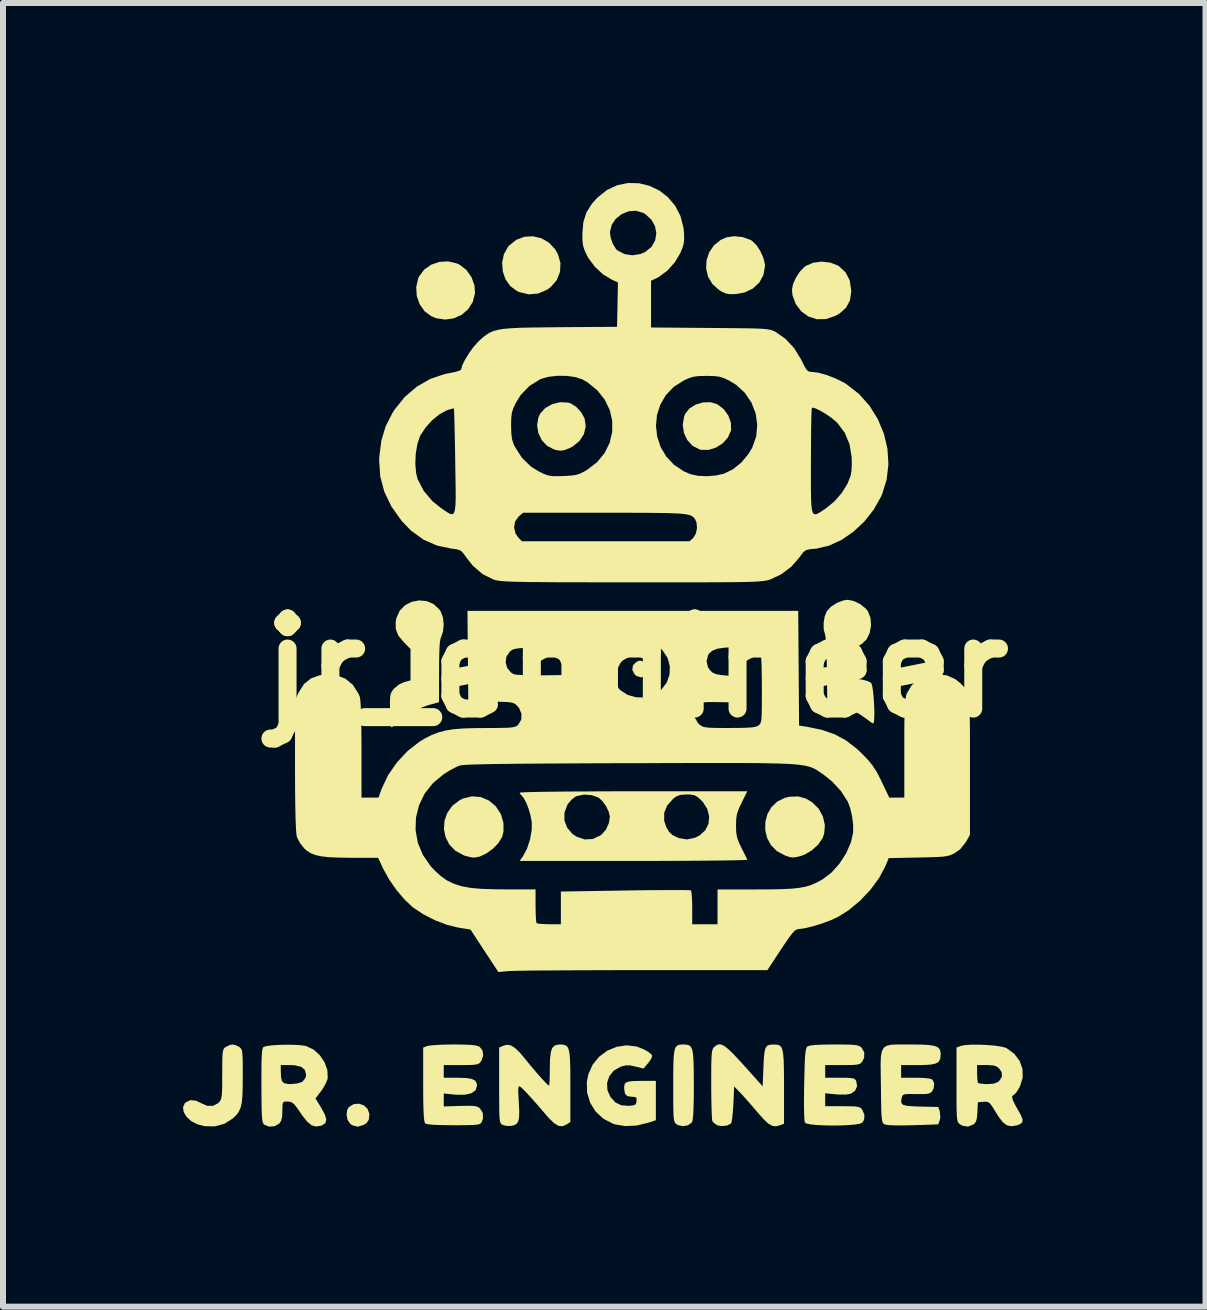
<source format=kicad_pcb>
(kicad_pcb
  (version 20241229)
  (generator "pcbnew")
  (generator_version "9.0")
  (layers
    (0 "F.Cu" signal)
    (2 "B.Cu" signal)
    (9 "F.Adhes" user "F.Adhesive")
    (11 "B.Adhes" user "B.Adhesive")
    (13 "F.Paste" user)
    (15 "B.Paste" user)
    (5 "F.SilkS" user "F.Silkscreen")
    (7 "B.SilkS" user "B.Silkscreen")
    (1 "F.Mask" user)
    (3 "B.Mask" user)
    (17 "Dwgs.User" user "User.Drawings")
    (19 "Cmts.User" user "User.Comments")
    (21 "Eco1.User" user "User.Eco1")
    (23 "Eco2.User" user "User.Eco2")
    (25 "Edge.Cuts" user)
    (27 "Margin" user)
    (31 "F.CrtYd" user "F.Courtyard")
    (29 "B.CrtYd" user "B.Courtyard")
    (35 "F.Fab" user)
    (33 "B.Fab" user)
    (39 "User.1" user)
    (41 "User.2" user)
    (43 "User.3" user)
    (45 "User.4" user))
  (footprint "jr_engineer"
    (layer "F.Cu")
    (at 7.564 8.081)
    (property "Reference" "jr_engineer" (at 0 0 0) (layer "F.SilkS") (effects (font (size 1.5 1.5) (thickness 0.3))))
    (attr board_only exclude_from_pos_files exclude_from_bom)
    (fp_poly (pts (xy 0.076 -0.118) (xy 0.13 -0.093) (xy 0.189 -0.05) (xy 0.21 0.007) (xy 0.211 0.026) (xy 0.19 0.099) (xy 0.136 0.145) (xy 0.065 0.158) (xy -0.007 0.135) (xy -0.035 0.11) (xy -0.075 0.036) (xy -0.066 -0.038) (xy -0.015 -0.093) (xy 0.034 -0.119)) (stroke (width 0) (type solid)) (fill yes) (layer "F.SilkS"))
    (fp_poly (pts (xy -4.551 7.291) (xy -4.489 7.348) (xy -4.459 7.429) (xy -4.458 7.447) (xy -4.467 7.531) (xy -4.502 7.584) (xy -4.555 7.619) (xy -4.652 7.647) (xy -4.741 7.624) (xy -4.776 7.6) (xy -4.821 7.535) (xy -4.838 7.45) (xy -4.827 7.367) (xy -4.799 7.32) (xy -4.72 7.272) (xy -4.633 7.264)) (stroke (width 0) (type solid)) (fill yes) (layer "F.SilkS"))
    (fp_poly (pts (xy 1.34 -4.394) (xy 1.445 -4.315) (xy 1.524 -4.207) (xy 1.568 -4.086) (xy 1.571 -3.966) (xy 1.569 -3.956) (xy 1.519 -3.84) (xy 1.431 -3.742) (xy 1.318 -3.67) (xy 1.193 -3.632) (xy 1.068 -3.634) (xy 1.045 -3.641) (xy 0.928 -3.701) (xy 0.84 -3.798) (xy 0.784 -3.919) (xy 0.765 -4.053) (xy 0.788 -4.189) (xy 0.805 -4.232) (xy 0.875 -4.322) (xy 0.979 -4.387) (xy 1.101 -4.424) (xy 1.227 -4.428)) (stroke (width 0) (type solid)) (fill yes) (layer "F.SilkS"))
    (fp_poly (pts (xy -3.001 -6.741) (xy -2.954 -6.719) (xy -2.84 -6.631) (xy -2.754 -6.509) (xy -2.705 -6.369) (xy -2.697 -6.245) (xy -2.735 -6.098) (xy -2.812 -5.976) (xy -2.921 -5.883) (xy -3.053 -5.825) (xy -3.197 -5.805) (xy -3.347 -5.828) (xy -3.423 -5.859) (xy -3.537 -5.943) (xy -3.62 -6.06) (xy -3.668 -6.198) (xy -3.677 -6.346) (xy -3.644 -6.491) (xy -3.629 -6.524) (xy -3.545 -6.637) (xy -3.429 -6.719) (xy -3.292 -6.766) (xy -3.145 -6.775)) (stroke (width 0) (type solid)) (fill yes) (layer "F.SilkS"))
    (fp_poly (pts (xy -1.592 -7.16) (xy -1.466 -7.088) (xy -1.363 -6.979) (xy -1.316 -6.897) (xy -1.273 -6.747) (xy -1.28 -6.6) (xy -1.334 -6.464) (xy -1.434 -6.348) (xy -1.494 -6.304) (xy -1.643 -6.239) (xy -1.8 -6.225) (xy -1.958 -6.262) (xy -1.999 -6.281) (xy -2.11 -6.363) (xy -2.19 -6.477) (xy -2.235 -6.612) (xy -2.245 -6.754) (xy -2.216 -6.893) (xy -2.147 -7.017) (xy -2.128 -7.039) (xy -2.009 -7.134) (xy -1.873 -7.185) (xy -1.731 -7.193)) (stroke (width 0) (type solid)) (fill yes) (layer "F.SilkS"))
    (fp_poly (pts (xy -1.148 -4.421) (xy -1.103 -4.408) (xy -1.013 -4.352) (xy -0.931 -4.264) (xy -0.874 -4.163) (xy -0.869 -4.15) (xy -0.852 -4.02) (xy -0.883 -3.894) (xy -0.957 -3.78) (xy -1.069 -3.689) (xy -1.12 -3.663) (xy -1.206 -3.629) (xy -1.274 -3.619) (xy -1.348 -3.631) (xy -1.382 -3.641) (xy -1.497 -3.701) (xy -1.585 -3.796) (xy -1.642 -3.915) (xy -1.662 -4.044) (xy -1.641 -4.172) (xy -1.61 -4.239) (xy -1.525 -4.331) (xy -1.409 -4.396) (xy -1.278 -4.428)) (stroke (width 0) (type solid)) (fill yes) (layer "F.SilkS"))
    (fp_poly (pts (xy -2.6 2.154) (xy -2.464 2.212) (xy -2.349 2.31) (xy -2.265 2.44) (xy -2.223 2.583) (xy -2.222 2.729) (xy -2.244 2.814) (xy -2.303 2.915) (xy -2.395 3.012) (xy -2.506 3.092) (xy -2.62 3.146) (xy -2.717 3.163) (xy -2.784 3.153) (xy -2.869 3.13) (xy -2.887 3.123) (xy -3.024 3.049) (xy -3.125 2.945) (xy -3.188 2.821) (xy -3.215 2.686) (xy -3.205 2.548) (xy -3.159 2.416) (xy -3.075 2.299) (xy -2.954 2.206) (xy -2.895 2.177) (xy -2.747 2.141)) (stroke (width 0) (type solid)) (fill yes) (layer "F.SilkS"))
    (fp_poly (pts (xy 3.226 -6.754) (xy 3.354 -6.704) (xy 3.367 -6.695) (xy 3.479 -6.592) (xy 3.548 -6.458) (xy 3.573 -6.293) (xy 3.574 -6.276) (xy 3.553 -6.126) (xy 3.489 -6.005) (xy 3.38 -5.907) (xy 3.312 -5.868) (xy 3.153 -5.813) (xy 3.001 -5.81) (xy 2.86 -5.856) (xy 2.739 -5.943) (xy 2.648 -6.065) (xy 2.595 -6.207) (xy 2.585 -6.303) (xy 2.604 -6.398) (xy 2.653 -6.506) (xy 2.722 -6.61) (xy 2.8 -6.689) (xy 2.815 -6.699) (xy 2.938 -6.752) (xy 3.081 -6.771)) (stroke (width 0) (type solid)) (fill yes) (layer "F.SilkS"))
    (fp_poly (pts (xy 1.762 -7.18) (xy 1.891 -7.134) (xy 1.914 -7.121) (xy 1.989 -7.051) (xy 2.057 -6.949) (xy 2.109 -6.834) (xy 2.135 -6.724) (xy 2.136 -6.701) (xy 2.111 -6.551) (xy 2.042 -6.422) (xy 1.934 -6.322) (xy 1.795 -6.256) (xy 1.652 -6.23) (xy 1.553 -6.228) (xy 1.483 -6.24) (xy 1.415 -6.27) (xy 1.37 -6.298) (xy 1.258 -6.398) (xy 1.187 -6.52) (xy 1.155 -6.655) (xy 1.162 -6.793) (xy 1.205 -6.924) (xy 1.284 -7.041) (xy 1.397 -7.132) (xy 1.493 -7.175) (xy 1.621 -7.194)) (stroke (width 0) (type solid)) (fill yes) (layer "F.SilkS"))
    (fp_poly (pts (xy 2.817 2.178) (xy 2.923 2.241) (xy 3.031 2.348) (xy 3.102 2.479) (xy 3.134 2.622) (xy 3.122 2.764) (xy 3.096 2.839) (xy 3.022 2.946) (xy 2.915 3.043) (xy 2.793 3.114) (xy 2.73 3.136) (xy 2.65 3.155) (xy 2.598 3.161) (xy 2.55 3.154) (xy 2.482 3.131) (xy 2.47 3.127) (xy 2.335 3.055) (xy 2.236 2.955) (xy 2.171 2.834) (xy 2.14 2.702) (xy 2.142 2.567) (xy 2.176 2.438) (xy 2.243 2.322) (xy 2.341 2.228) (xy 2.47 2.165) (xy 2.545 2.148) (xy 2.69 2.143)) (stroke (width 0) (type solid)) (fill yes) (layer "F.SilkS"))
    (fp_poly (pts (xy 0.829 6.28) (xy 0.87 6.29) (xy 0.9 6.315) (xy 0.922 6.361) (xy 0.936 6.433) (xy 0.944 6.537) (xy 0.948 6.68) (xy 0.949 6.867) (xy 0.95 6.954) (xy 0.949 7.164) (xy 0.945 7.326) (xy 0.94 7.445) (xy 0.932 7.524) (xy 0.921 7.569) (xy 0.917 7.578) (xy 0.853 7.623) (xy 0.769 7.639) (xy 0.687 7.621) (xy 0.666 7.609) (xy 0.647 7.594) (xy 0.633 7.575) (xy 0.622 7.546) (xy 0.615 7.499) (xy 0.61 7.428) (xy 0.608 7.326) (xy 0.607 7.185) (xy 0.607 7) (xy 0.607 6.964) (xy 0.607 6.756) (xy 0.609 6.595) (xy 0.615 6.475) (xy 0.625 6.39) (xy 0.641 6.333) (xy 0.666 6.3) (xy 0.699 6.283) (xy 0.743 6.278) (xy 0.776 6.277)) (stroke (width 0) (type solid)) (fill yes) (layer "F.SilkS"))
    (fp_poly (pts (xy -3.506 -1.113) (xy -3.39 -1.065) (xy -3.295 -0.978) (xy -3.27 -0.943) (xy -3.233 -0.846) (xy -3.219 -0.727) (xy -3.229 -0.61) (xy -3.257 -0.528) (xy -3.271 -0.49) (xy -3.282 -0.43) (xy -3.289 -0.34) (xy -3.293 -0.214) (xy -3.296 -0.045) (xy -3.296 0.055) (xy -3.297 0.572) (xy -3.472 0.62) (xy -3.569 0.654) (xy -3.682 0.708) (xy -3.799 0.772) (xy -3.908 0.84) (xy -3.996 0.904) (xy -4.051 0.958) (xy -4.058 0.968) (xy -4.083 0.992) (xy -4.094 0.986) (xy -4.1 0.951) (xy -4.106 0.876) (xy -4.11 0.773) (xy -4.113 0.697) (xy -4.115 0.575) (xy -4.112 0.492) (xy -4.103 0.437) (xy -4.085 0.396) (xy -4.056 0.356) (xy -4.049 0.348) (xy -3.966 0.278) (xy -3.875 0.237) (xy -3.772 0.209) (xy -3.772 -0.053) (xy -3.772 -0.315) (xy -3.886 -0.43) (xy -3.976 -0.539) (xy -4.018 -0.647) (xy -4.019 -0.769) (xy -4.006 -0.834) (xy -3.951 -0.954) (xy -3.864 -1.043) (xy -3.753 -1.1) (xy -3.63 -1.124)) (stroke (width 0) (type solid)) (fill yes) (layer "F.SilkS"))
    (fp_poly (pts (xy -6.676 6.292) (xy -6.626 6.319) (xy -6.605 6.336) (xy -6.589 6.358) (xy -6.579 6.394) (xy -6.573 6.45) (xy -6.569 6.537) (xy -6.568 6.66) (xy -6.568 6.807) (xy -6.569 6.996) (xy -6.574 7.141) (xy -6.585 7.251) (xy -6.605 7.334) (xy -6.634 7.398) (xy -6.675 7.453) (xy -6.731 7.506) (xy -6.734 7.51) (xy -6.874 7.599) (xy -7.034 7.642) (xy -7.204 7.639) (xy -7.319 7.609) (xy -7.425 7.556) (xy -7.504 7.484) (xy -7.552 7.404) (xy -7.564 7.325) (xy -7.533 7.256) (xy -7.522 7.244) (xy -7.442 7.205) (xy -7.347 7.214) (xy -7.267 7.253) (xy -7.163 7.299) (xy -7.063 7.299) (xy -6.979 7.256) (xy -6.968 7.245) (xy -6.946 7.219) (xy -6.931 7.188) (xy -6.92 7.143) (xy -6.914 7.075) (xy -6.911 6.977) (xy -6.911 6.837) (xy -6.91 6.772) (xy -6.91 6.616) (xy -6.908 6.504) (xy -6.904 6.428) (xy -6.896 6.379) (xy -6.884 6.348) (xy -6.865 6.328) (xy -6.852 6.319) (xy -6.787 6.287) (xy -6.739 6.277)) (stroke (width 0) (type solid)) (fill yes) (layer "F.SilkS"))
    (fp_poly (pts (xy 3.617 -1.114) (xy 3.723 -1.062) (xy 3.814 -0.989) (xy 3.852 -0.942) (xy 3.895 -0.83) (xy 3.903 -0.705) (xy 3.881 -0.582) (xy 3.83 -0.476) (xy 3.753 -0.401) (xy 3.74 -0.393) (xy 3.696 -0.366) (xy 3.667 -0.333) (xy 3.65 -0.284) (xy 3.643 -0.206) (xy 3.64 -0.09) (xy 3.64 -0.062) (xy 3.64 0.179) (xy 3.756 0.196) (xy 3.836 0.216) (xy 3.895 0.244) (xy 3.908 0.255) (xy 3.922 0.297) (xy 3.935 0.377) (xy 3.946 0.484) (xy 3.954 0.602) (xy 3.959 0.718) (xy 3.958 0.819) (xy 3.953 0.888) (xy 3.944 0.921) (xy 3.928 0.925) (xy 3.89 0.899) (xy 3.854 0.87) (xy 3.717 0.774) (xy 3.553 0.687) (xy 3.387 0.622) (xy 3.321 0.604) (xy 3.174 0.57) (xy 3.168 0.029) (xy 3.165 -0.137) (xy 3.16 -0.287) (xy 3.153 -0.412) (xy 3.146 -0.504) (xy 3.138 -0.553) (xy 3.137 -0.558) (xy 3.115 -0.638) (xy 3.113 -0.744) (xy 3.13 -0.853) (xy 3.164 -0.942) (xy 3.166 -0.944) (xy 3.237 -1.021) (xy 3.339 -1.085) (xy 3.451 -1.126) (xy 3.516 -1.134)) (stroke (width 0) (type solid)) (fill yes) (layer "F.SilkS"))
    (fp_poly (pts (xy -0.004 6.311) (xy 0.12 6.359) (xy 0.193 6.402) (xy 0.243 6.443) (xy 0.256 6.464) (xy 0.244 6.506) (xy 0.206 6.566) (xy 0.186 6.59) (xy 0.11 6.679) (xy -0.026 6.644) (xy -0.118 6.625) (xy -0.188 6.626) (xy -0.265 6.646) (xy -0.271 6.648) (xy -0.383 6.712) (xy -0.459 6.806) (xy -0.496 6.919) (xy -0.49 7.039) (xy -0.441 7.15) (xy -0.358 7.243) (xy -0.258 7.291) (xy -0.132 7.3) (xy -0.058 7.292) (xy -0.021 7.275) (xy -0.007 7.237) (xy -0.005 7.22) (xy -0.004 7.172) (xy -0.028 7.152) (xy -0.088 7.148) (xy -0.158 7.138) (xy -0.196 7.1) (xy -0.21 7.025) (xy -0.211 6.99) (xy -0.206 6.945) (xy -0.185 6.914) (xy -0.139 6.896) (xy -0.06 6.887) (xy 0.06 6.884) (xy 0.094 6.884) (xy 0.317 6.884) (xy 0.317 7.211) (xy 0.317 7.539) (xy 0.194 7.58) (xy -0.002 7.628) (xy -0.193 7.637) (xy -0.365 7.609) (xy -0.391 7.6) (xy -0.556 7.516) (xy -0.686 7.396) (xy -0.778 7.248) (xy -0.829 7.08) (xy -0.833 6.899) (xy -0.809 6.776) (xy -0.737 6.614) (xy -0.628 6.481) (xy -0.492 6.38) (xy -0.337 6.316) (xy -0.171 6.291)) (stroke (width 0) (type solid)) (fill yes) (layer "F.SilkS"))
    (fp_poly (pts (xy 1.408 6.278) (xy 1.459 6.303) (xy 1.524 6.354) (xy 1.607 6.434) (xy 1.713 6.547) (xy 1.848 6.696) (xy 1.886 6.738) (xy 2.097 6.974) (xy 2.11 6.651) (xy 2.117 6.504) (xy 2.128 6.402) (xy 2.145 6.336) (xy 2.172 6.299) (xy 2.214 6.282) (xy 2.274 6.278) (xy 2.284 6.278) (xy 2.334 6.28) (xy 2.374 6.29) (xy 2.403 6.314) (xy 2.424 6.359) (xy 2.438 6.429) (xy 2.447 6.531) (xy 2.451 6.67) (xy 2.453 6.853) (xy 2.453 6.986) (xy 2.453 7.598) (xy 2.381 7.625) (xy 2.317 7.641) (xy 2.257 7.633) (xy 2.193 7.597) (xy 2.117 7.527) (xy 2.021 7.419) (xy 2.009 7.405) (xy 1.92 7.301) (xy 1.832 7.201) (xy 1.757 7.117) (xy 1.724 7.082) (xy 1.622 6.976) (xy 1.609 7.272) (xy 1.601 7.393) (xy 1.591 7.495) (xy 1.579 7.567) (xy 1.569 7.594) (xy 1.508 7.626) (xy 1.426 7.637) (xy 1.35 7.627) (xy 1.332 7.619) (xy 1.282 7.582) (xy 1.26 7.559) (xy 1.254 7.525) (xy 1.249 7.447) (xy 1.245 7.332) (xy 1.242 7.188) (xy 1.24 7.023) (xy 1.24 6.948) (xy 1.24 6.756) (xy 1.241 6.611) (xy 1.244 6.504) (xy 1.249 6.429) (xy 1.257 6.379) (xy 1.267 6.348) (xy 1.282 6.327) (xy 1.288 6.321) (xy 1.327 6.29) (xy 1.366 6.274)) (stroke (width 0) (type solid)) (fill yes) (layer "F.SilkS"))
    (fp_poly (pts (xy -2.892 6.279) (xy -2.777 6.283) (xy -2.698 6.291) (xy -2.646 6.304) (xy -2.617 6.319) (xy -2.57 6.381) (xy -2.561 6.464) (xy -2.592 6.551) (xy -2.6 6.562) (xy -2.621 6.588) (xy -2.651 6.604) (xy -2.698 6.614) (xy -2.773 6.619) (xy -2.888 6.62) (xy -2.929 6.62) (xy -3.218 6.62) (xy -3.218 6.726) (xy -3.218 6.831) (xy -2.982 6.831) (xy -2.843 6.836) (xy -2.749 6.852) (xy -2.692 6.882) (xy -2.667 6.929) (xy -2.664 6.963) (xy -2.687 7.039) (xy -2.755 7.089) (xy -2.867 7.115) (xy -3.021 7.114) (xy -3.049 7.111) (xy -3.218 7.094) (xy -3.218 7.202) (xy -3.218 7.31) (xy -2.944 7.301) (xy -2.817 7.299) (xy -2.731 7.301) (xy -2.675 7.309) (xy -2.637 7.325) (xy -2.614 7.343) (xy -2.567 7.418) (xy -2.564 7.51) (xy -2.586 7.572) (xy -2.599 7.59) (xy -2.622 7.604) (xy -2.662 7.613) (xy -2.726 7.619) (xy -2.823 7.621) (xy -2.961 7.623) (xy -3.055 7.623) (xy -3.243 7.621) (xy -3.381 7.616) (xy -3.472 7.608) (xy -3.522 7.596) (xy -3.529 7.591) (xy -3.54 7.562) (xy -3.549 7.497) (xy -3.555 7.393) (xy -3.559 7.246) (xy -3.561 7.052) (xy -3.561 6.944) (xy -3.561 6.329) (xy -3.493 6.303) (xy -3.443 6.294) (xy -3.351 6.286) (xy -3.231 6.28) (xy -3.092 6.278) (xy -3.051 6.277)) (stroke (width 0) (type solid)) (fill yes) (layer "F.SilkS"))
    (fp_poly (pts (xy -1.229 6.28) (xy -1.189 6.29) (xy -1.158 6.314) (xy -1.137 6.358) (xy -1.122 6.428) (xy -1.114 6.53) (xy -1.109 6.67) (xy -1.108 6.853) (xy -1.108 6.971) (xy -1.108 7.569) (xy -1.174 7.612) (xy -1.24 7.64) (xy -1.306 7.633) (xy -1.38 7.588) (xy -1.469 7.501) (xy -1.507 7.458) (xy -1.655 7.285) (xy -1.775 7.15) (xy -1.866 7.052) (xy -1.926 6.994) (xy -1.946 6.98) (xy -1.963 6.975) (xy -1.973 6.991) (xy -1.977 7.036) (xy -1.974 7.117) (xy -1.967 7.243) (xy -1.96 7.391) (xy -1.963 7.495) (xy -1.978 7.563) (xy -2.009 7.604) (xy -2.058 7.627) (xy -2.097 7.635) (xy -2.175 7.634) (xy -2.235 7.618) (xy -2.254 7.607) (xy -2.268 7.593) (xy -2.279 7.567) (xy -2.286 7.524) (xy -2.291 7.457) (xy -2.293 7.36) (xy -2.294 7.226) (xy -2.295 7.048) (xy -2.295 6.959) (xy -2.295 6.329) (xy -2.231 6.3) (xy -2.164 6.281) (xy -2.1 6.292) (xy -2.029 6.336) (xy -1.946 6.417) (xy -1.864 6.515) (xy -1.767 6.634) (xy -1.674 6.744) (xy -1.59 6.839) (xy -1.523 6.911) (xy -1.478 6.954) (xy -1.463 6.963) (xy -1.458 6.939) (xy -1.454 6.872) (xy -1.451 6.774) (xy -1.451 6.679) (xy -1.447 6.522) (xy -1.435 6.411) (xy -1.412 6.338) (xy -1.373 6.297) (xy -1.317 6.279) (xy -1.282 6.277)) (stroke (width 0) (type solid)) (fill yes) (layer "F.SilkS"))
    (fp_poly (pts (xy 4.459 6.277) (xy 4.56 6.277) (xy 4.736 6.279) (xy 4.867 6.286) (xy 4.958 6.3) (xy 5.016 6.324) (xy 5.049 6.359) (xy 5.062 6.408) (xy 5.064 6.446) (xy 5.057 6.516) (xy 5.032 6.564) (xy 4.98 6.595) (xy 4.894 6.613) (xy 4.767 6.62) (xy 4.686 6.62) (xy 4.405 6.62) (xy 4.405 6.726) (xy 4.405 6.831) (xy 4.65 6.831) (xy 4.785 6.835) (xy 4.879 6.845) (xy 4.926 6.862) (xy 4.927 6.863) (xy 4.956 6.925) (xy 4.948 7.004) (xy 4.921 7.057) (xy 4.896 7.082) (xy 4.858 7.097) (xy 4.796 7.104) (xy 4.696 7.104) (xy 4.657 7.104) (xy 4.548 7.102) (xy 4.48 7.105) (xy 4.442 7.115) (xy 4.424 7.135) (xy 4.415 7.163) (xy 4.405 7.22) (xy 4.412 7.259) (xy 4.443 7.285) (xy 4.507 7.3) (xy 4.611 7.308) (xy 4.726 7.312) (xy 5.023 7.319) (xy 5.049 7.392) (xy 5.059 7.496) (xy 5.049 7.537) (xy 5.023 7.609) (xy 4.604 7.623) (xy 4.426 7.626) (xy 4.284 7.625) (xy 4.184 7.62) (xy 4.131 7.609) (xy 4.129 7.609) (xy 4.112 7.598) (xy 4.099 7.58) (xy 4.089 7.549) (xy 4.082 7.499) (xy 4.076 7.422) (xy 4.073 7.311) (xy 4.07 7.161) (xy 4.068 6.976) (xy 4.065 6.765) (xy 4.063 6.602) (xy 4.068 6.479) (xy 4.084 6.392) (xy 4.113 6.334) (xy 4.162 6.299) (xy 4.233 6.282) (xy 4.331 6.277)) (stroke (width 0) (type solid)) (fill yes) (layer "F.SilkS"))
    (fp_poly (pts (xy 3.445 6.278) (xy 3.557 6.28) (xy 3.634 6.285) (xy 3.684 6.294) (xy 3.718 6.308) (xy 3.743 6.328) (xy 3.745 6.33) (xy 3.791 6.409) (xy 3.788 6.499) (xy 3.757 6.562) (xy 3.735 6.588) (xy 3.706 6.604) (xy 3.659 6.614) (xy 3.583 6.619) (xy 3.468 6.62) (xy 3.427 6.62) (xy 3.139 6.62) (xy 3.139 6.726) (xy 3.139 6.831) (xy 3.385 6.831) (xy 3.501 6.832) (xy 3.576 6.837) (xy 3.619 6.847) (xy 3.644 6.865) (xy 3.658 6.891) (xy 3.671 6.974) (xy 3.638 7.048) (xy 3.568 7.097) (xy 3.494 7.111) (xy 3.386 7.112) (xy 3.317 7.108) (xy 3.139 7.09) (xy 3.139 7.198) (xy 3.139 7.306) (xy 3.427 7.306) (xy 3.555 7.307) (xy 3.641 7.31) (xy 3.695 7.319) (xy 3.728 7.333) (xy 3.751 7.356) (xy 3.757 7.365) (xy 3.794 7.451) (xy 3.787 7.534) (xy 3.757 7.581) (xy 3.713 7.599) (xy 3.63 7.612) (xy 3.517 7.621) (xy 3.386 7.627) (xy 3.246 7.628) (xy 3.109 7.625) (xy 2.985 7.618) (xy 2.885 7.607) (xy 2.82 7.592) (xy 2.801 7.579) (xy 2.794 7.54) (xy 2.789 7.456) (xy 2.786 7.334) (xy 2.786 7.18) (xy 2.788 7.004) (xy 2.789 6.94) (xy 2.794 6.743) (xy 2.798 6.592) (xy 2.804 6.481) (xy 2.811 6.403) (xy 2.821 6.353) (xy 2.832 6.323) (xy 2.843 6.31) (xy 2.883 6.296) (xy 2.964 6.286) (xy 3.089 6.28) (xy 3.262 6.277) (xy 3.289 6.277)) (stroke (width 0) (type solid)) (fill yes) (layer "F.SilkS"))
    (fp_poly (pts (xy 5.839 6.286) (xy 5.969 6.297) (xy 6.077 6.313) (xy 6.15 6.332) (xy 6.159 6.336) (xy 6.29 6.432) (xy 6.381 6.552) (xy 6.428 6.689) (xy 6.43 6.834) (xy 6.384 6.979) (xy 6.369 7.007) (xy 6.326 7.073) (xy 6.29 7.114) (xy 6.276 7.121) (xy 6.253 7.141) (xy 6.264 7.199) (xy 6.312 7.297) (xy 6.343 7.351) (xy 6.402 7.456) (xy 6.429 7.527) (xy 6.424 7.574) (xy 6.387 7.605) (xy 6.337 7.624) (xy 6.247 7.64) (xy 6.172 7.626) (xy 6.103 7.577) (xy 6.032 7.486) (xy 5.986 7.412) (xy 5.93 7.32) (xy 5.89 7.265) (xy 5.857 7.238) (xy 5.82 7.23) (xy 5.779 7.232) (xy 5.684 7.24) (xy 5.676 7.404) (xy 5.668 7.502) (xy 5.652 7.562) (xy 5.623 7.6) (xy 5.611 7.609) (xy 5.519 7.646) (xy 5.426 7.631) (xy 5.387 7.608) (xy 5.368 7.593) (xy 5.354 7.575) (xy 5.343 7.546) (xy 5.336 7.499) (xy 5.332 7.428) (xy 5.329 7.327) (xy 5.328 7.187) (xy 5.328 7.004) (xy 5.328 6.948) (xy 5.328 6.62) (xy 5.671 6.62) (xy 5.671 6.761) (xy 5.674 6.843) (xy 5.682 6.902) (xy 5.688 6.919) (xy 5.723 6.929) (xy 5.792 6.936) (xy 5.847 6.937) (xy 5.946 6.93) (xy 6.011 6.907) (xy 6.04 6.884) (xy 6.086 6.812) (xy 6.08 6.738) (xy 6.039 6.678) (xy 5.996 6.644) (xy 5.939 6.626) (xy 5.849 6.62) (xy 5.828 6.62) (xy 5.671 6.62) (xy 5.328 6.62) (xy 5.328 6.329) (xy 5.4 6.301) (xy 5.469 6.287) (xy 5.575 6.28) (xy 5.703 6.28)) (stroke (width 0) (type solid)) (fill yes) (layer "F.SilkS"))
    (fp_poly (pts (xy -5.744 6.282) (xy -5.629 6.287) (xy -5.537 6.298) (xy -5.51 6.304) (xy -5.389 6.361) (xy -5.285 6.455) (xy -5.205 6.573) (xy -5.158 6.702) (xy -5.152 6.832) (xy -5.156 6.856) (xy -5.183 6.924) (xy -5.231 7.009) (xy -5.265 7.058) (xy -5.356 7.177) (xy -5.261 7.331) (xy -5.199 7.446) (xy -5.176 7.529) (xy -5.191 7.587) (xy -5.246 7.625) (xy -5.269 7.632) (xy -5.35 7.644) (xy -5.421 7.623) (xy -5.492 7.566) (xy -5.571 7.467) (xy -5.594 7.433) (xy -5.661 7.337) (xy -5.708 7.276) (xy -5.748 7.244) (xy -5.788 7.23) (xy -5.836 7.227) (xy -5.876 7.23) (xy -5.898 7.246) (xy -5.906 7.288) (xy -5.908 7.368) (xy -5.908 7.385) (xy -5.913 7.487) (xy -5.93 7.552) (xy -5.961 7.596) (xy -6.037 7.639) (xy -6.129 7.646) (xy -6.208 7.615) (xy -6.223 7.6) (xy -6.234 7.574) (xy -6.243 7.532) (xy -6.249 7.466) (xy -6.253 7.37) (xy -6.255 7.238) (xy -6.257 7.062) (xy -6.257 6.968) (xy -6.257 6.754) (xy -6.256 6.62) (xy -5.935 6.62) (xy -5.934 6.719) (xy -5.93 6.826) (xy -5.913 6.891) (xy -5.876 6.924) (xy -5.81 6.936) (xy -5.766 6.937) (xy -5.664 6.928) (xy -5.586 6.904) (xy -5.571 6.896) (xy -5.521 6.831) (xy -5.513 6.779) (xy -5.533 6.701) (xy -5.594 6.65) (xy -5.7 6.624) (xy -5.782 6.62) (xy -5.935 6.62) (xy -6.256 6.62) (xy -6.256 6.588) (xy -6.251 6.466) (xy -6.245 6.384) (xy -6.235 6.337) (xy -6.228 6.323) (xy -6.186 6.306) (xy -6.103 6.294) (xy -5.994 6.285) (xy -5.87 6.281)) (stroke (width 0) (type solid)) (fill yes) (layer "F.SilkS"))
    (fp_poly (pts (xy 1.747 2.246) (xy 1.697 2.353) (xy 1.668 2.438) (xy 1.656 2.525) (xy 1.653 2.626) (xy 1.656 2.739) (xy 1.671 2.827) (xy 1.704 2.916) (xy 1.743 2.999) (xy 1.787 3.087) (xy 1.822 3.157) (xy 1.841 3.196) (xy 1.842 3.198) (xy 1.818 3.201) (xy 1.745 3.204) (xy 1.628 3.207) (xy 1.47 3.21) (xy 1.276 3.212) (xy 1.05 3.214) (xy 0.796 3.216) (xy 0.518 3.217) (xy 0.221 3.218) (xy -0.051 3.218) (xy -1.953 3.218) (xy -1.901 3.145) (xy -1.832 3.017) (xy -1.78 2.861) (xy -1.752 2.7) (xy -1.751 2.577) (xy -1.757 2.543) (xy -1.207 2.543) (xy -1.161 2.664) (xy -1.074 2.767) (xy -1 2.816) (xy -0.866 2.86) (xy -0.734 2.852) (xy -0.605 2.792) (xy -0.588 2.779) (xy -0.516 2.698) (xy -0.466 2.589) (xy -0.449 2.479) (xy -0.464 2.417) (xy 0.456 2.417) (xy 0.456 2.55) (xy 0.49 2.652) (xy 0.537 2.733) (xy 0.593 2.786) (xy 0.678 2.828) (xy 0.705 2.838) (xy 0.836 2.86) (xy 0.967 2.832) (xy 1.046 2.793) (xy 1.14 2.708) (xy 1.194 2.599) (xy 1.206 2.478) (xy 1.175 2.354) (xy 1.102 2.237) (xy 1.08 2.214) (xy 1.014 2.153) (xy 0.959 2.122) (xy 0.891 2.111) (xy 0.833 2.11) (xy 0.735 2.116) (xy 0.666 2.138) (xy 0.608 2.179) (xy 0.507 2.292) (xy 0.456 2.417) (xy -0.464 2.417) (xy -0.468 2.398) (xy -0.515 2.303) (xy -0.577 2.217) (xy -0.638 2.163) (xy -0.749 2.122) (xy -0.878 2.112) (xy -0.998 2.136) (xy -1.027 2.149) (xy -1.089 2.197) (xy -1.148 2.268) (xy -1.157 2.282) (xy -1.206 2.412) (xy -1.207 2.543) (xy -1.757 2.543) (xy -1.771 2.463) (xy -1.805 2.345) (xy -1.847 2.239) (xy -1.892 2.16) (xy -1.915 2.134) (xy -1.947 2.097) (xy -1.952 2.08) (xy -1.926 2.077) (xy -1.851 2.073) (xy -1.732 2.069) (xy -1.571 2.066) (xy -1.372 2.064) (xy -1.14 2.061) (xy -0.879 2.06) (xy -0.591 2.058) (xy -0.281 2.057) (xy -0.056 2.057) (xy 1.841 2.057)) (stroke (width 0) (type solid)) (fill yes) (layer "F.SilkS"))
    (fp_poly (pts (xy 0.035 -8.077) (xy 0.21 -8.034) (xy 0.374 -7.956) (xy 0.519 -7.844) (xy 0.639 -7.701) (xy 0.727 -7.531) (xy 0.778 -7.334) (xy 0.785 -7.264) (xy 0.789 -7.153) (xy 0.781 -7.069) (xy 0.755 -6.986) (xy 0.725 -6.914) (xy 0.633 -6.759) (xy 0.51 -6.622) (xy 0.37 -6.518) (xy 0.33 -6.496) (xy 0.237 -6.452) (xy 0.237 -6.063) (xy 0.237 -5.673) (xy 1.22 -5.665) (xy 1.474 -5.663) (xy 1.68 -5.661) (xy 1.845 -5.659) (xy 1.974 -5.656) (xy 2.072 -5.652) (xy 2.146 -5.646) (xy 2.2 -5.639) (xy 2.241 -5.63) (xy 2.273 -5.618) (xy 2.304 -5.604) (xy 2.317 -5.596) (xy 2.479 -5.482) (xy 2.623 -5.327) (xy 2.738 -5.14) (xy 2.748 -5.12) (xy 2.794 -5.026) (xy 2.828 -4.97) (xy 2.859 -4.942) (xy 2.897 -4.933) (xy 2.918 -4.933) (xy 3.031 -4.918) (xy 3.17 -4.879) (xy 3.316 -4.822) (xy 3.452 -4.754) (xy 3.497 -4.726) (xy 3.706 -4.562) (xy 3.88 -4.365) (xy 4.018 -4.143) (xy 4.118 -3.902) (xy 4.177 -3.65) (xy 4.193 -3.393) (xy 4.164 -3.139) (xy 4.088 -2.894) (xy 4.069 -2.851) (xy 3.945 -2.633) (xy 3.789 -2.436) (xy 3.609 -2.268) (xy 3.413 -2.133) (xy 3.207 -2.038) (xy 3 -1.988) (xy 2.966 -1.985) (xy 2.874 -1.976) (xy 2.816 -1.96) (xy 2.774 -1.927) (xy 2.729 -1.868) (xy 2.712 -1.843) (xy 2.576 -1.687) (xy 2.406 -1.559) (xy 2.231 -1.476) (xy 2.204 -1.467) (xy 2.173 -1.458) (xy 2.137 -1.452) (xy 2.092 -1.446) (xy 2.033 -1.441) (xy 1.958 -1.436) (xy 1.863 -1.433) (xy 1.744 -1.43) (xy 1.597 -1.428) (xy 1.42 -1.427) (xy 1.208 -1.426) (xy 0.958 -1.425) (xy 0.666 -1.425) (xy 0.328 -1.425) (xy -0.058 -1.425) (xy -0.085 -1.425) (xy -0.476 -1.425) (xy -0.818 -1.426) (xy -1.115 -1.426) (xy -1.369 -1.427) (xy -1.585 -1.429) (xy -1.766 -1.43) (xy -1.915 -1.433) (xy -2.036 -1.435) (xy -2.134 -1.439) (xy -2.21 -1.443) (xy -2.269 -1.448) (xy -2.315 -1.454) (xy -2.35 -1.461) (xy -2.379 -1.469) (xy -2.39 -1.472) (xy -2.572 -1.563) (xy -2.733 -1.702) (xy -2.834 -1.829) (xy -2.889 -1.906) (xy -2.932 -1.95) (xy -2.982 -1.972) (xy -3.055 -1.984) (xy -3.085 -1.987) (xy -3.331 -2.038) (xy -3.558 -2.138) (xy -3.763 -2.287) (xy -3.815 -2.34) (xy -2.046 -2.34) (xy -2.022 -2.24) (xy -1.98 -2.178) (xy -1.916 -2.11) (xy -0.518 -2.11) (xy 0.88 -2.11) (xy 0.941 -2.167) (xy 0.984 -2.238) (xy 1.003 -2.332) (xy 0.994 -2.425) (xy 0.968 -2.482) (xy 0.95 -2.504) (xy 0.929 -2.523) (xy 0.9 -2.539) (xy 0.86 -2.552) (xy 0.804 -2.562) (xy 0.728 -2.57) (xy 0.627 -2.575) (xy 0.497 -2.58) (xy 0.334 -2.582) (xy 0.133 -2.584) (xy -0.11 -2.585) (xy -0.4 -2.585) (xy -0.538 -2.585) (xy -1.896 -2.585) (xy -1.97 -2.522) (xy -2.029 -2.439) (xy -2.046 -2.34) (xy -3.815 -2.34) (xy -3.921 -2.451) (xy -4.09 -2.689) (xy -4.208 -2.933) (xy -4.276 -3.187) (xy -4.291 -3.403) (xy -3.692 -3.403) (xy -3.679 -3.248) (xy -3.653 -3.144) (xy -3.553 -2.951) (xy -3.409 -2.78) (xy -3.266 -2.665) (xy -3.199 -2.619) (xy -3.145 -2.584) (xy -3.102 -2.563) (xy -3.07 -2.561) (xy -3.047 -2.583) (xy -3.032 -2.631) (xy -3.023 -2.712) (xy -3.019 -2.827) (xy -3.02 -2.983) (xy -3.023 -3.184) (xy -3.023 -3.188) (xy 2.901 -3.188) (xy 2.901 -2.986) (xy 2.904 -2.829) (xy 2.909 -2.712) (xy 2.919 -2.631) (xy 2.936 -2.581) (xy 2.959 -2.56) (xy 2.992 -2.561) (xy 3.036 -2.582) (xy 3.091 -2.618) (xy 3.159 -2.664) (xy 3.161 -2.665) (xy 3.295 -2.776) (xy 3.415 -2.915) (xy 3.51 -3.067) (xy 3.563 -3.201) (xy 3.577 -3.283) (xy 3.583 -3.394) (xy 3.581 -3.508) (xy 3.545 -3.727) (xy 3.465 -3.919) (xy 3.342 -4.082) (xy 3.312 -4.11) (xy 3.236 -4.172) (xy 3.149 -4.232) (xy 3.061 -4.284) (xy 2.985 -4.321) (xy 2.933 -4.337) (xy 2.918 -4.333) (xy 2.914 -4.304) (xy 2.91 -4.228) (xy 2.907 -4.112) (xy 2.905 -3.962) (xy 2.903 -3.784) (xy 2.902 -3.585) (xy 2.901 -3.438) (xy 2.901 -3.188) (xy -3.023 -3.188) (xy -3.027 -3.432) (xy -3.027 -3.435) (xy -3.03 -3.645) (xy -3.034 -3.837) (xy -3.038 -4.006) (xy -3.039 -4.054) (xy -2.096 -4.054) (xy -2.096 -4.036) (xy -2.092 -3.907) (xy -2.08 -3.812) (xy -2.055 -3.732) (xy -2.035 -3.689) (xy -1.916 -3.502) (xy -1.764 -3.354) (xy -1.628 -3.27) (xy -1.546 -3.231) (xy -1.479 -3.207) (xy -1.411 -3.196) (xy -1.323 -3.194) (xy -1.224 -3.197) (xy -1.103 -3.204) (xy -1.018 -3.215) (xy -0.949 -3.236) (xy -0.879 -3.271) (xy -0.832 -3.298) (xy -0.663 -3.427) (xy -0.537 -3.58) (xy -0.453 -3.75) (xy -0.411 -3.93) (xy -0.41 -4.034) (xy 0.319 -4.034) (xy 0.339 -3.855) (xy 0.396 -3.682) (xy 0.489 -3.524) (xy 0.618 -3.386) (xy 0.782 -3.276) (xy 0.894 -3.228) (xy 1.017 -3.201) (xy 1.167 -3.194) (xy 1.321 -3.207) (xy 1.45 -3.236) (xy 1.603 -3.31) (xy 1.746 -3.426) (xy 1.867 -3.574) (xy 1.924 -3.672) (xy 1.99 -3.859) (xy 2.007 -4.051) (xy 1.98 -4.242) (xy 1.91 -4.422) (xy 1.8 -4.584) (xy 1.654 -4.718) (xy 1.539 -4.788) (xy 1.453 -4.828) (xy 1.378 -4.852) (xy 1.293 -4.863) (xy 1.178 -4.866) (xy 1.161 -4.866) (xy 1.039 -4.864) (xy 0.949 -4.853) (xy 0.871 -4.83) (xy 0.786 -4.792) (xy 0.615 -4.683) (xy 0.483 -4.545) (xy 0.391 -4.386) (xy 0.336 -4.214) (xy 0.319 -4.034) (xy -0.41 -4.034) (xy -0.41 -4.115) (xy -0.451 -4.296) (xy -0.534 -4.468) (xy -0.657 -4.624) (xy -0.82 -4.757) (xy -0.904 -4.806) (xy -1.019 -4.845) (xy -1.164 -4.866) (xy -1.322 -4.868) (xy -1.473 -4.851) (xy -1.6 -4.815) (xy -1.612 -4.81) (xy -1.788 -4.7) (xy -1.934 -4.55) (xy -2.019 -4.413) (xy -2.059 -4.328) (xy -2.082 -4.253) (xy -2.093 -4.168) (xy -2.096 -4.054) (xy -3.039 -4.054) (xy -3.041 -4.145) (xy -3.045 -4.248) (xy -3.047 -4.309) (xy -3.049 -4.323) (xy -3.077 -4.32) (xy -3.137 -4.302) (xy -3.179 -4.287) (xy -3.294 -4.223) (xy -3.413 -4.125) (xy -3.521 -4.005) (xy -3.604 -3.879) (xy -3.614 -3.861) (xy -3.658 -3.729) (xy -3.685 -3.57) (xy -3.692 -3.403) (xy -4.291 -3.403) (xy -4.295 -3.455) (xy -4.292 -3.521) (xy -4.258 -3.788) (xy -4.186 -4.027) (xy -4.071 -4.252) (xy -4.037 -4.305) (xy -3.868 -4.515) (xy -3.668 -4.686) (xy -3.443 -4.815) (xy -3.2 -4.898) (xy -3.11 -4.915) (xy -3.02 -4.933) (xy -2.955 -4.954) (xy -2.928 -4.972) (xy -2.928 -4.973) (xy -2.911 -5.039) (xy -2.867 -5.13) (xy -2.804 -5.234) (xy -2.73 -5.338) (xy -2.653 -5.427) (xy -2.621 -5.458) (xy -2.563 -5.51) (xy -2.509 -5.552) (xy -2.454 -5.586) (xy -2.39 -5.613) (xy -2.314 -5.634) (xy -2.219 -5.65) (xy -2.099 -5.66) (xy -1.949 -5.668) (xy -1.763 -5.672) (xy -1.536 -5.675) (xy -1.265 -5.678) (xy -0.33 -5.684) (xy -0.322 -6.054) (xy -0.315 -6.425) (xy -0.418 -6.47) (xy -0.564 -6.559) (xy -0.7 -6.685) (xy -0.809 -6.833) (xy -0.832 -6.875) (xy -0.873 -6.964) (xy -0.897 -7.041) (xy -0.907 -7.129) (xy -0.908 -7.24) (xy -0.907 -7.252) (xy -0.448 -7.252) (xy -0.434 -7.161) (xy -0.398 -7.064) (xy -0.349 -6.984) (xy -0.328 -6.961) (xy -0.212 -6.898) (xy -0.078 -6.876) (xy 0.06 -6.897) (xy 0.142 -6.933) (xy 0.245 -7.017) (xy 0.305 -7.123) (xy 0.325 -7.24) (xy 0.304 -7.359) (xy 0.243 -7.469) (xy 0.143 -7.561) (xy 0.1 -7.586) (xy -0.017 -7.619) (xy -0.139 -7.609) (xy -0.253 -7.562) (xy -0.351 -7.484) (xy -0.419 -7.383) (xy -0.448 -7.265) (xy -0.448 -7.252) (xy -0.907 -7.252) (xy -0.891 -7.431) (xy -0.839 -7.592) (xy -0.746 -7.739) (xy -0.659 -7.836) (xy -0.5 -7.963) (xy -0.327 -8.044) (xy -0.146 -8.081)) (stroke (width 0) (type solid)) (fill yes) (layer "F.SilkS"))
    (fp_poly (pts (xy 2.697 0.006) (xy 2.704 0.962) (xy 2.835 0.982) (xy 3.086 1.034) (xy 3.3 1.108) (xy 3.489 1.211) (xy 3.667 1.349) (xy 3.75 1.428) (xy 3.853 1.534) (xy 3.93 1.629) (xy 3.995 1.729) (xy 4.061 1.856) (xy 4.08 1.896) (xy 4.207 2.162) (xy 4.332 2.162) (xy 4.458 2.163) (xy 4.458 1.344) (xy 4.458 1.106) (xy 4.459 0.914) (xy 4.462 0.763) (xy 4.466 0.647) (xy 4.472 0.561) (xy 4.48 0.498) (xy 4.49 0.453) (xy 4.498 0.428) (xy 4.584 0.286) (xy 4.703 0.183) (xy 4.852 0.122) (xy 4.994 0.106) (xy 5.165 0.125) (xy 5.307 0.187) (xy 5.391 0.255) (xy 5.428 0.292) (xy 5.46 0.326) (xy 5.485 0.362) (xy 5.506 0.404) (xy 5.521 0.458) (xy 5.533 0.529) (xy 5.541 0.621) (xy 5.547 0.74) (xy 5.55 0.891) (xy 5.552 1.079) (xy 5.552 1.308) (xy 5.552 1.585) (xy 5.552 1.635) (xy 5.552 2.783) (xy 5.486 2.901) (xy 5.388 3.024) (xy 5.301 3.085) (xy 5.257 3.109) (xy 5.213 3.126) (xy 5.161 3.138) (xy 5.093 3.147) (xy 4.998 3.153) (xy 4.869 3.157) (xy 4.696 3.161) (xy 4.691 3.161) (xy 4.198 3.171) (xy 4.144 3.303) (xy 4.039 3.501) (xy 3.894 3.698) (xy 3.72 3.882) (xy 3.528 4.041) (xy 3.349 4.153) (xy 3.228 4.208) (xy 3.086 4.261) (xy 2.939 4.306) (xy 2.804 4.339) (xy 2.698 4.354) (xy 2.693 4.354) (xy 2.662 4.361) (xy 2.628 4.384) (xy 2.586 4.43) (xy 2.53 4.505) (xy 2.455 4.614) (xy 2.4 4.697) (xy 2.176 5.038) (xy 0.106 5.038) (xy -0.225 5.038) (xy -0.543 5.039) (xy -0.846 5.04) (xy -1.127 5.041) (xy -1.383 5.043) (xy -1.61 5.044) (xy -1.802 5.046) (xy -1.956 5.048) (xy -2.067 5.051) (xy -2.13 5.053) (xy -2.136 5.054) (xy -2.308 5.069) (xy -2.541 4.715) (xy -2.773 4.361) (xy -2.972 4.33) (xy -3.161 4.284) (xy -3.363 4.207) (xy -3.559 4.107) (xy -3.728 3.995) (xy -3.738 3.987) (xy -3.871 3.862) (xy -4.006 3.703) (xy -4.129 3.526) (xy -4.227 3.348) (xy -4.229 3.344) (xy -4.312 3.166) (xy -4.74 3.166) (xy -4.954 3.163) (xy -5.123 3.156) (xy -5.255 3.142) (xy -5.357 3.12) (xy -5.437 3.088) (xy -5.502 3.046) (xy -5.543 3.009) (xy -5.607 2.93) (xy -5.656 2.842) (xy -5.668 2.808) (xy -5.676 2.749) (xy -5.679 2.706) (xy -3.688 2.706) (xy -3.65 2.916) (xy -3.566 3.118) (xy -3.437 3.305) (xy -3.372 3.375) (xy -3.268 3.469) (xy -3.164 3.543) (xy -3.05 3.599) (xy -2.92 3.64) (xy -2.766 3.668) (xy -2.579 3.684) (xy -2.352 3.691) (xy -2.209 3.692) (xy -1.688 3.693) (xy -1.688 3.965) (xy -1.686 4.08) (xy -1.682 4.175) (xy -1.676 4.237) (xy -1.67 4.255) (xy -1.637 4.264) (xy -1.566 4.27) (xy -1.471 4.273) (xy -1.459 4.273) (xy -1.266 4.273) (xy -1.266 4) (xy -1.266 3.728) (xy -0.194 3.711) (xy 0.039 3.707) (xy 0.256 3.705) (xy 0.45 3.704) (xy 0.617 3.703) (xy 0.751 3.703) (xy 0.845 3.705) (xy 0.894 3.707) (xy 0.9 3.708) (xy 0.91 3.739) (xy 0.917 3.81) (xy 0.922 3.911) (xy 0.923 3.998) (xy 0.923 4.273) (xy 1.134 4.273) (xy 1.345 4.273) (xy 1.345 3.983) (xy 1.345 3.693) (xy 2.002 3.693) (xy 2.239 3.692) (xy 2.43 3.688) (xy 2.585 3.68) (xy 2.71 3.666) (xy 2.814 3.647) (xy 2.904 3.619) (xy 2.988 3.583) (xy 3.075 3.537) (xy 3.093 3.526) (xy 3.243 3.413) (xy 3.378 3.262) (xy 3.49 3.088) (xy 3.569 2.905) (xy 3.604 2.752) (xy 3.606 2.624) (xy 3.588 2.477) (xy 3.555 2.334) (xy 3.515 2.229) (xy 3.403 2.055) (xy 3.255 1.894) (xy 3.112 1.78) (xy 3.067 1.749) (xy 3.027 1.722) (xy 2.989 1.697) (xy 2.949 1.676) (xy 2.905 1.657) (xy 2.853 1.641) (xy 2.791 1.628) (xy 2.714 1.617) (xy 2.62 1.607) (xy 2.506 1.6) (xy 2.369 1.595) (xy 2.205 1.591) (xy 2.012 1.588) (xy 1.785 1.586) (xy 1.523 1.586) (xy 1.221 1.586) (xy 0.878 1.586) (xy 0.489 1.587) (xy 0.051 1.589) (xy -0.107 1.589) (xy -0.573 1.59) (xy -0.989 1.592) (xy -1.356 1.594) (xy -1.679 1.596) (xy -1.959 1.598) (xy -2.198 1.601) (xy -2.4 1.603) (xy -2.567 1.607) (xy -2.701 1.61) (xy -2.804 1.614) (xy -2.88 1.619) (xy -2.931 1.624) (xy -2.959 1.63) (xy -2.959 1.63) (xy -3.03 1.662) (xy -3.124 1.713) (xy -3.219 1.772) (xy -3.398 1.921) (xy -3.536 2.095) (xy -3.63 2.289) (xy -3.681 2.495) (xy -3.688 2.706) (xy -5.679 2.706) (xy -5.683 2.638) (xy -5.689 2.476) (xy -5.693 2.265) (xy -5.696 2.005) (xy -5.697 1.697) (xy -5.697 1.622) (xy -5.697 0.541) (xy -5.633 0.404) (xy -5.546 0.268) (xy -5.43 0.175) (xy -5.283 0.123) (xy -5.185 0.11) (xy -5.009 0.122) (xy -4.858 0.18) (xy -4.734 0.282) (xy -4.641 0.427) (xy -4.617 0.483) (xy -4.609 0.533) (xy -4.602 0.632) (xy -4.596 0.776) (xy -4.592 0.961) (xy -4.59 1.184) (xy -4.589 1.36) (xy -4.589 2.163) (xy -4.448 2.163) (xy -4.306 2.163) (xy -4.249 2.007) (xy -4.144 1.785) (xy -3.997 1.574) (xy -3.819 1.384) (xy -3.62 1.229) (xy -3.534 1.177) (xy -3.421 1.12) (xy -3.309 1.077) (xy -3.19 1.045) (xy -3.054 1.023) (xy -2.891 1.01) (xy -2.692 1.004) (xy -2.525 1.003) (xy -2.351 1.002) (xy -2.222 1) (xy -2.13 0.997) (xy -2.067 0.99) (xy -2.026 0.981) (xy -1.998 0.967) (xy -1.978 0.95) (xy -1.927 0.865) (xy -1.922 0.768) (xy -1.936 0.734) (xy 0.963 0.734) (xy 0.965 0.828) (xy 1.017 0.917) (xy 1.043 0.943) (xy 1.071 0.965) (xy 1.103 0.981) (xy 1.146 0.991) (xy 1.211 0.998) (xy 1.306 1.001) (xy 1.439 1.002) (xy 1.539 1.002) (xy 1.707 1.001) (xy 1.832 0.998) (xy 1.919 0.992) (xy 1.978 0.982) (xy 2.016 0.967) (xy 2.025 0.961) (xy 2.045 0.946) (xy 2.059 0.926) (xy 2.07 0.895) (xy 2.077 0.845) (xy 2.081 0.769) (xy 2.083 0.659) (xy 2.084 0.51) (xy 2.084 0.37) (xy 2.083 0.203) (xy 2.081 0.052) (xy 2.078 -0.074) (xy 2.073 -0.167) (xy 2.069 -0.218) (xy 2.067 -0.223) (xy 2.028 -0.275) (xy 1.954 -0.312) (xy 1.84 -0.334) (xy 1.68 -0.343) (xy 1.635 -0.343) (xy 1.469 -0.337) (xy 1.346 -0.32) (xy 1.261 -0.287) (xy 1.204 -0.239) (xy 1.188 -0.212) (xy 1.162 -0.112) (xy 1.185 -0.012) (xy 1.22 0.04) (xy 1.266 0.082) (xy 1.324 0.106) (xy 1.413 0.121) (xy 1.444 0.124) (xy 1.609 0.139) (xy 1.609 0.357) (xy 1.609 0.575) (xy 1.343 0.571) (xy 1.222 0.57) (xy 1.142 0.572) (xy 1.091 0.581) (xy 1.056 0.598) (xy 1.026 0.627) (xy 1.011 0.644) (xy 0.963 0.734) (xy -1.936 0.734) (xy -1.962 0.672) (xy -1.994 0.633) (xy -2.022 0.607) (xy -2.052 0.589) (xy -2.094 0.577) (xy -2.157 0.57) (xy -2.251 0.566) (xy -2.385 0.563) (xy -2.434 0.563) (xy -2.809 0.558) (xy -2.815 -0.089) (xy -2.186 -0.089) (xy -2.159 0.004) (xy -2.096 0.079) (xy -2.048 0.107) (xy -2.004 0.114) (xy -1.917 0.12) (xy -1.797 0.124) (xy -1.654 0.125) (xy -1.534 0.124) (xy -1.368 0.122) (xy -1.247 0.119) (xy -1.163 0.114) (xy -1.107 0.107) (xy -1.071 0.096) (xy -1.047 0.079) (xy -1.027 0.057) (xy -1.026 0.056) (xy -0.985 -0.031) (xy -0.985 -0.038) (xy -0.422 -0.038) (xy -0.41 0.103) (xy -0.367 0.239) (xy -0.296 0.351) (xy -0.272 0.375) (xy -0.152 0.451) (xy -0.009 0.491) (xy 0.139 0.494) (xy 0.275 0.456) (xy 0.285 0.451) (xy 0.411 0.36) (xy 0.499 0.244) (xy 0.545 0.111) (xy 0.55 -0.029) (xy 0.512 -0.166) (xy 0.43 -0.29) (xy 0.376 -0.341) (xy 0.239 -0.424) (xy 0.092 -0.459) (xy -0.056 -0.447) (xy -0.195 -0.389) (xy -0.278 -0.324) (xy -0.339 -0.256) (xy -0.386 -0.19) (xy -0.397 -0.167) (xy -0.422 -0.038) (xy -0.985 -0.038) (xy -0.98 -0.133) (xy -1.011 -0.223) (xy -1.014 -0.228) (xy -1.052 -0.27) (xy -1.1 -0.302) (xy -1.168 -0.323) (xy -1.263 -0.335) (xy -1.392 -0.341) (xy -1.564 -0.34) (xy -1.631 -0.339) (xy -1.79 -0.335) (xy -1.905 -0.331) (xy -1.985 -0.324) (xy -2.039 -0.315) (xy -2.075 -0.301) (xy -2.104 -0.281) (xy -2.121 -0.266) (xy -2.175 -0.184) (xy -2.186 -0.089) (xy -2.815 -0.089) (xy -2.816 -0.196) (xy -2.823 -0.95) (xy -0.067 -0.95) (xy 2.69 -0.95)) (stroke (width 0) (type solid)) (fill yes) (layer "F.SilkS")))
  (gr_rect
    (start -3 -3)
    (end 17.042 18.728)
    (stroke (width 0.1) (type default))
    (fill no)
    (layer "Edge.Cuts")))
</source>
